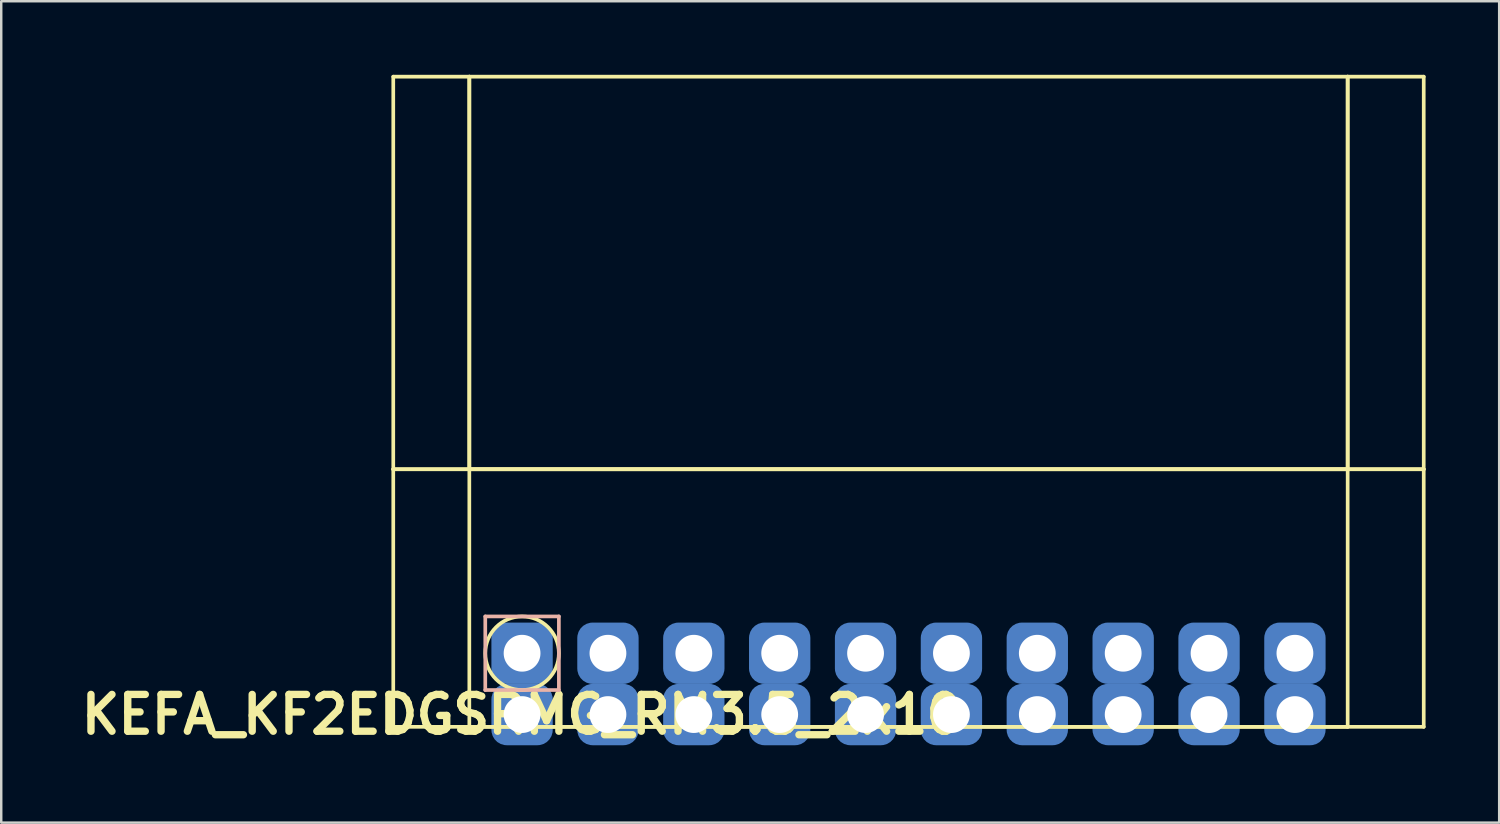
<source format=kicad_pcb>
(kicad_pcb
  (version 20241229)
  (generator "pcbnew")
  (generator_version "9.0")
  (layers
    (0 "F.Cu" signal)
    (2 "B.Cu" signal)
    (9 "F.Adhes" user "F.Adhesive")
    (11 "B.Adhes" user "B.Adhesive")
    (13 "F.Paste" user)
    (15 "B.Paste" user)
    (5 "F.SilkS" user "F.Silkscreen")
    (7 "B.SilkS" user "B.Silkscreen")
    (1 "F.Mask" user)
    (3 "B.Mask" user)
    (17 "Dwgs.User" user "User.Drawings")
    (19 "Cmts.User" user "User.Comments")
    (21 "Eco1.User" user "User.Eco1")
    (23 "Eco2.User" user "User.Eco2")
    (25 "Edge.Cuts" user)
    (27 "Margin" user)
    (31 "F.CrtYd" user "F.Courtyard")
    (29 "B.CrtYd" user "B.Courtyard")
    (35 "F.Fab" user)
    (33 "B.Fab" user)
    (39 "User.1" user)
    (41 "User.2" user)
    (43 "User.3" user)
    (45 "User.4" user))
  (footprint "KEFA_KF2EDGSRMG_RM3.5_2x10"
    (layer "F.Cu")
    (at 18.229 23.575)
    (property "Reference" "KEFA_KF2EDGSRMG_RM3.5_2x10" (at 0 2.5 0) (layer "F.SilkS") (effects (font (size 1.5 1.5) (thickness 0.3))))
    (attr through_hole)
    (fp_line (start -5.25 -23.5) (end -5.25 -7.5) (stroke (width 0.15) (type solid)) (layer "F.SilkS"))
    (fp_line (start -5.25 -7.5) (end -5.25 3) (stroke (width 0.15) (type solid)) (layer "F.SilkS"))
    (fp_line (start -5.25 -7.5) (end -2.15 -7.5) (stroke (width 0.15) (type solid)) (layer "F.SilkS"))
    (fp_line (start -5.25 3) (end 36.75 3) (stroke (width 0.15) (type solid)) (layer "F.SilkS"))
    (fp_line (start -2.15 -23.5) (end -5.25 -23.5) (stroke (width 0.15) (type solid)) (layer "F.SilkS"))
    (fp_line (start -2.15 -23.5) (end -2.15 -7.5) (stroke (width 0.15) (type solid)) (layer "F.SilkS"))
    (fp_line (start -2.15 -7.5) (end -2.15 -23.5) (stroke (width 0.15) (type solid)) (layer "F.SilkS"))
    (fp_line (start -2.15 -7.5) (end -2.15 3) (stroke (width 0.15) (type solid)) (layer "F.SilkS"))
    (fp_line (start -2.15 -7.5) (end 33.65 -7.5) (stroke (width 0.15) (type solid)) (layer "F.SilkS"))
    (fp_line (start -2.15 3) (end 33.65 3) (stroke (width 0.15) (type solid)) (layer "F.SilkS"))
    (fp_line (start 33.65 -23.5) (end -2.15 -23.5) (stroke (width 0.15) (type solid)) (layer "F.SilkS"))
    (fp_line (start 33.65 -23.5) (end 33.65 -7.5) (stroke (width 0.15) (type solid)) (layer "F.SilkS"))
    (fp_line (start 33.65 -7.5) (end -2.15 -7.5) (stroke (width 0.15) (type solid)) (layer "F.SilkS"))
    (fp_line (start 33.65 -7.5) (end 33.65 -23.5) (stroke (width 0.15) (type solid)) (layer "F.SilkS"))
    (fp_line (start 33.65 -7.5) (end 36.75 -7.5) (stroke (width 0.15) (type solid)) (layer "F.SilkS"))
    (fp_line (start 33.65 3) (end 33.65 -7.5) (stroke (width 0.15) (type solid)) (layer "F.SilkS"))
    (fp_line (start 36.75 -23.5) (end 33.65 -23.5) (stroke (width 0.15) (type solid)) (layer "F.SilkS"))
    (fp_line (start 36.75 -7.5) (end -5.25 -7.5) (stroke (width 0.15) (type solid)) (layer "F.SilkS"))
    (fp_line (start 36.75 -7.5) (end 36.75 -23.5) (stroke (width 0.15) (type solid)) (layer "F.SilkS"))
    (fp_line (start 36.75 3) (end 36.75 -7.5) (stroke (width 0.15) (type solid)) (layer "F.SilkS"))
    (fp_circle (center 0 0) (end 1.5 0) (stroke (width 0.15) (type solid)) (fill no) (layer "F.SilkS"))
    (fp_line (start -1.5 -1.5) (end 1.5 -1.5) (stroke (width 0.15) (type solid)) (layer "B.SilkS"))
    (fp_line (start -1.5 1.5) (end -1.5 -1.5) (stroke (width 0.15) (type solid)) (layer "B.SilkS"))
    (fp_line (start 1.5 -1.5) (end 1.5 1.5) (stroke (width 0.15) (type solid)) (layer "B.SilkS"))
    (fp_line (start 1.5 1.5) (end -1.5 1.5) (stroke (width 0.15) (type solid)) (layer "B.SilkS"))
    (pad "1" thru_hole circle (at 0 0) (size 1.8 1.8) (drill 1.5) (layers "*.Cu" "*.Mask"))
    (pad "1" smd roundrect (at 0 0) (size 2.5 2.5) (layers "B.Cu" "B.Mask") (roundrect_rratio 0.25))
    (pad "2" thru_hole circle (at 3.5 0) (size 1.8 1.8) (drill 1.5) (layers "*.Cu" "*.Mask"))
    (pad "2" smd roundrect (at 3.5 0) (size 2.5 2.5) (layers "B.Cu" "B.Mask") (roundrect_rratio 0.25))
    (pad "3" thru_hole circle (at 7 0) (size 1.8 1.8) (drill 1.5) (layers "*.Cu" "*.Mask"))
    (pad "3" smd roundrect (at 7 0) (size 2.5 2.5) (layers "B.Cu" "B.Mask") (roundrect_rratio 0.25))
    (pad "4" thru_hole circle (at 10.5 0) (size 1.8 1.8) (drill 1.5) (layers "*.Cu" "*.Mask"))
    (pad "4" smd roundrect (at 10.5 0) (size 2.5 2.5) (layers "B.Cu" "B.Mask") (roundrect_rratio 0.25))
    (pad "5" thru_hole circle (at 14 0) (size 1.8 1.8) (drill 1.5) (layers "*.Cu" "*.Mask"))
    (pad "5" smd roundrect (at 14 0) (size 2.5 2.5) (layers "B.Cu" "B.Mask") (roundrect_rratio 0.25))
    (pad "6" thru_hole circle (at 17.5 0) (size 1.8 1.8) (drill 1.5) (layers "*.Cu" "*.Mask"))
    (pad "6" smd roundrect (at 17.5 0) (size 2.5 2.5) (layers "B.Cu" "B.Mask") (roundrect_rratio 0.25))
    (pad "7" thru_hole circle (at 21 0) (size 1.8 1.8) (drill 1.5) (layers "*.Cu" "*.Mask"))
    (pad "7" smd roundrect (at 21 0) (size 2.5 2.5) (layers "B.Cu" "B.Mask") (roundrect_rratio 0.25))
    (pad "8" thru_hole circle (at 24.5 0) (size 1.8 1.8) (drill 1.5) (layers "*.Cu" "*.Mask"))
    (pad "8" smd roundrect (at 24.5 0) (size 2.5 2.5) (layers "B.Cu" "B.Mask") (roundrect_rratio 0.25))
    (pad "9" thru_hole circle (at 28 0) (size 1.8 1.8) (drill 1.5) (layers "*.Cu" "*.Mask"))
    (pad "9" smd roundrect (at 28 0) (size 2.5 2.5) (layers "B.Cu" "B.Mask") (roundrect_rratio 0.25))
    (pad "10" thru_hole circle (at 31.5 0) (size 1.8 1.8) (drill 1.5) (layers "*.Cu" "*.Mask"))
    (pad "10" smd roundrect (at 31.5 0) (size 2.5 2.5) (layers "B.Cu" "B.Mask") (roundrect_rratio 0.25))
    (pad "11" thru_hole circle (at 0 2.5) (size 1.8 1.8) (drill 1.5) (layers "*.Cu" "*.Mask"))
    (pad "11" smd roundrect (at 0 2.5) (size 2.5 2.5) (layers "B.Cu" "B.Mask") (roundrect_rratio 0.25))
    (pad "12" thru_hole circle (at 3.5 2.5) (size 1.8 1.8) (drill 1.5) (layers "*.Cu" "*.Mask"))
    (pad "12" smd roundrect (at 3.5 2.5) (size 2.5 2.5) (layers "B.Cu" "B.Mask") (roundrect_rratio 0.25))
    (pad "13" thru_hole circle (at 7 2.5) (size 1.8 1.8) (drill 1.5) (layers "*.Cu" "*.Mask"))
    (pad "13" smd roundrect (at 7 2.5) (size 2.5 2.5) (layers "B.Cu" "B.Mask") (roundrect_rratio 0.25))
    (pad "14" thru_hole circle (at 10.5 2.5) (size 1.8 1.8) (drill 1.5) (layers "*.Cu" "*.Mask"))
    (pad "14" smd roundrect (at 10.5 2.5) (size 2.5 2.5) (layers "B.Cu" "B.Mask") (roundrect_rratio 0.25))
    (pad "15" thru_hole circle (at 14 2.5) (size 1.8 1.8) (drill 1.5) (layers "*.Cu" "*.Mask"))
    (pad "15" smd roundrect (at 14 2.5) (size 2.5 2.5) (layers "B.Cu" "B.Mask") (roundrect_rratio 0.25))
    (pad "16" thru_hole circle (at 17.5 2.5) (size 1.8 1.8) (drill 1.5) (layers "*.Cu" "*.Mask"))
    (pad "16" smd roundrect (at 17.5 2.5) (size 2.5 2.5) (layers "B.Cu" "B.Mask") (roundrect_rratio 0.25))
    (pad "17" thru_hole circle (at 21 2.5) (size 1.8 1.8) (drill 1.5) (layers "*.Cu" "*.Mask"))
    (pad "17" smd roundrect (at 21 2.5) (size 2.5 2.5) (layers "B.Cu" "B.Mask") (roundrect_rratio 0.25))
    (pad "18" thru_hole circle (at 24.5 2.5) (size 1.8 1.8) (drill 1.5) (layers "*.Cu" "*.Mask"))
    (pad "18" smd roundrect (at 24.5 2.5) (size 2.5 2.5) (layers "B.Cu" "B.Mask") (roundrect_rratio 0.25))
    (pad "19" thru_hole circle (at 28 2.5) (size 1.8 1.8) (drill 1.5) (layers "*.Cu" "*.Mask"))
    (pad "19" smd roundrect (at 28 2.5) (size 2.5 2.5) (layers "B.Cu" "B.Mask") (roundrect_rratio 0.25))
    (pad "20" thru_hole circle (at 31.5 2.5) (size 1.8 1.8) (drill 1.5) (layers "*.Cu" "*.Mask"))
    (pad "20" smd roundrect (at 31.5 2.5) (size 2.5 2.5) (layers "B.Cu" "B.Mask") (roundrect_rratio 0.25)))
  (gr_rect
    (start -3 -3)
    (end 58.054 30.479)
    (stroke (width 0.1) (type default))
    (fill no)
    (layer "Edge.Cuts")))
</source>
